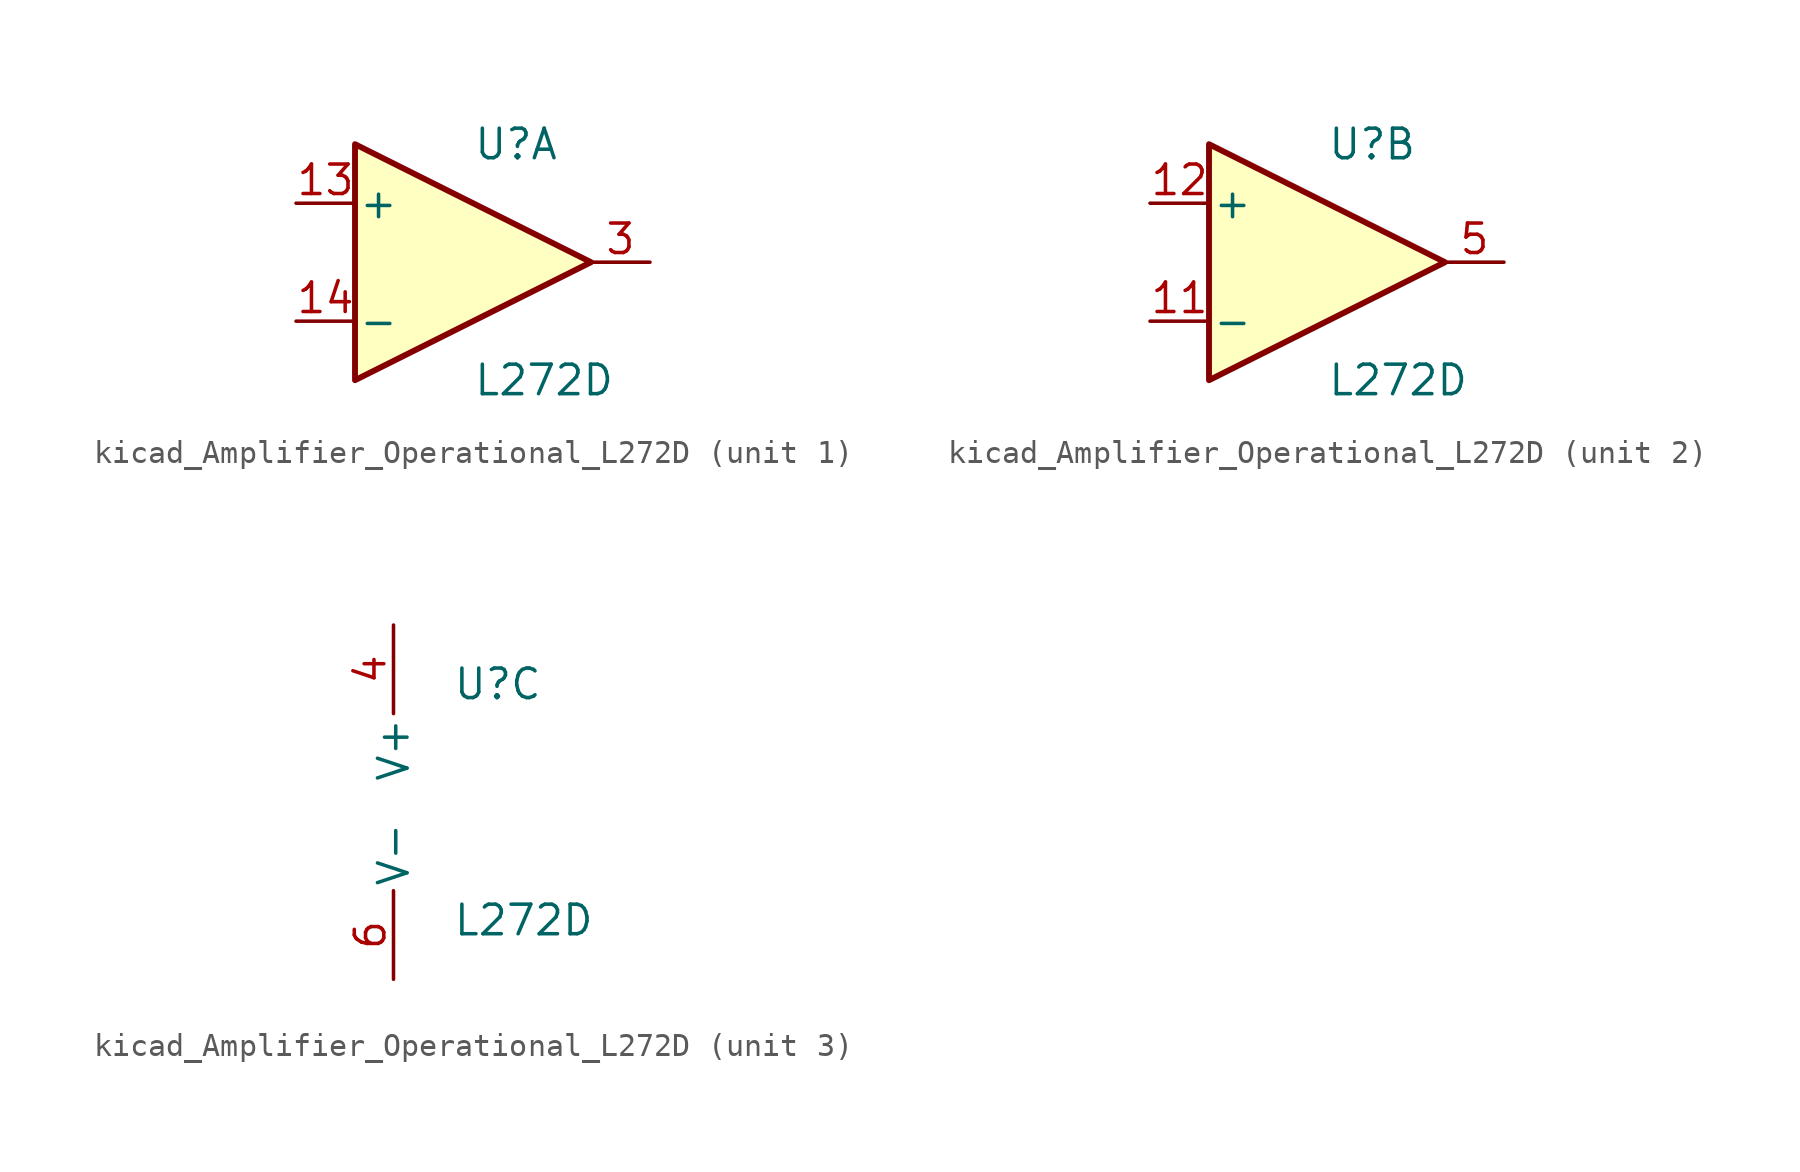
<source format=kicad_sym>
(kicad_symbol_lib
  (version 20220914)
  (generator kicad_symbol_editor)
  (symbol "kicad_Amplifier_Operational_L272D"
    (pin_names
      (offset 0.127))
    (property "Reference" "U"
      (at 0 5.08 0)
      (effects (font (size 1.27 1.27)) (justify left)))
    (property "Value" "L272D"
      (at 0 -5.08 0)
      (effects (font (size 1.27 1.27)) (justify left)))
    (property "ki_locked" ""
      (at 0 0 0)
      (effects (font (size 1.27 1.27))))
    (symbol "kicad_Amplifier_Operational_L272D_1_1"
      (polyline (pts (xy -5.08 5.08) (xy 5.08 0) (xy -5.08 -5.08) (xy -5.08 5.08)) (stroke (width 0.254) (type default)) (fill (type background)))
      (pin no_connect line (at -2.54 -2.54 90) (length 2.54) hide (name "NC" (effects (font (size 1.27 1.27)))) (number "1" (effects (font (size 1.27 1.27)))))
      (pin input line (at -7.62 2.54 0) (length 2.54) (name "+" (effects (font (size 1.27 1.27)))) (number "13" (effects (font (size 1.27 1.27)))))
      (pin input line (at -7.62 -2.54 0) (length 2.54) (name "-" (effects (font (size 1.27 1.27)))) (number "14" (effects (font (size 1.27 1.27)))))
      (pin no_connect line (at 0 -2.54 90) (length 2.54) hide (name "NC" (effects (font (size 1.27 1.27)))) (number "2" (effects (font (size 1.27 1.27)))))
      (pin output line (at 7.62 0 180) (length 2.54) (name "~" (effects (font (size 1.27 1.27)))) (number "3" (effects (font (size 1.27 1.27)))))
      (pin no_connect line (at -2.54 2.54 90) (length 2.54) hide (name "NC" (effects (font (size 1.27 1.27)))) (number "7" (effects (font (size 1.27 1.27)))))
      (pin no_connect line (at 0 2.54 90) (length 2.54) hide (name "NC" (effects (font (size 1.27 1.27)))) (number "8" (effects (font (size 1.27 1.27))))))
    (symbol "kicad_Amplifier_Operational_L272D_2_1"
      (polyline (pts (xy -5.08 5.08) (xy 5.08 0) (xy -5.08 -5.08) (xy -5.08 5.08)) (stroke (width 0.254) (type default)) (fill (type background)))
      (pin no_connect line (at 0 -2.54 270) (length 2.54) hide (name "NC" (effects (font (size 1.27 1.27)))) (number "10" (effects (font (size 1.27 1.27)))))
      (pin input line (at -7.62 -2.54 0) (length 2.54) (name "-" (effects (font (size 1.27 1.27)))) (number "11" (effects (font (size 1.27 1.27)))))
      (pin input line (at -7.62 2.54 0) (length 2.54) (name "+" (effects (font (size 1.27 1.27)))) (number "12" (effects (font (size 1.27 1.27)))))
      (pin no_connect line (at -2.54 2.54 270) (length 2.54) hide (name "NC" (effects (font (size 1.27 1.27)))) (number "15" (effects (font (size 1.27 1.27)))))
      (pin no_connect line (at 0 2.54 270) (length 2.54) hide (name "NC" (effects (font (size 1.27 1.27)))) (number "16" (effects (font (size 1.27 1.27)))))
      (pin output line (at 7.62 0 180) (length 2.54) (name "~" (effects (font (size 1.27 1.27)))) (number "5" (effects (font (size 1.27 1.27)))))
      (pin no_connect line (at -2.54 -2.54 270) (length 2.54) hide (name "NC" (effects (font (size 1.27 1.27)))) (number "9" (effects (font (size 1.27 1.27))))))
    (symbol "kicad_Amplifier_Operational_L272D_3_1"
      (pin power_in line (at -2.54 7.62 270) (length 3.81) (name "V+" (effects (font (size 1.27 1.27)))) (number "4" (effects (font (size 1.27 1.27)))))
      (pin power_in line (at -2.54 -7.62 90) (length 3.81) (name "V-" (effects (font (size 1.27 1.27)))) (number "6" (effects (font (size 1.27 1.27))))))))
</source>
